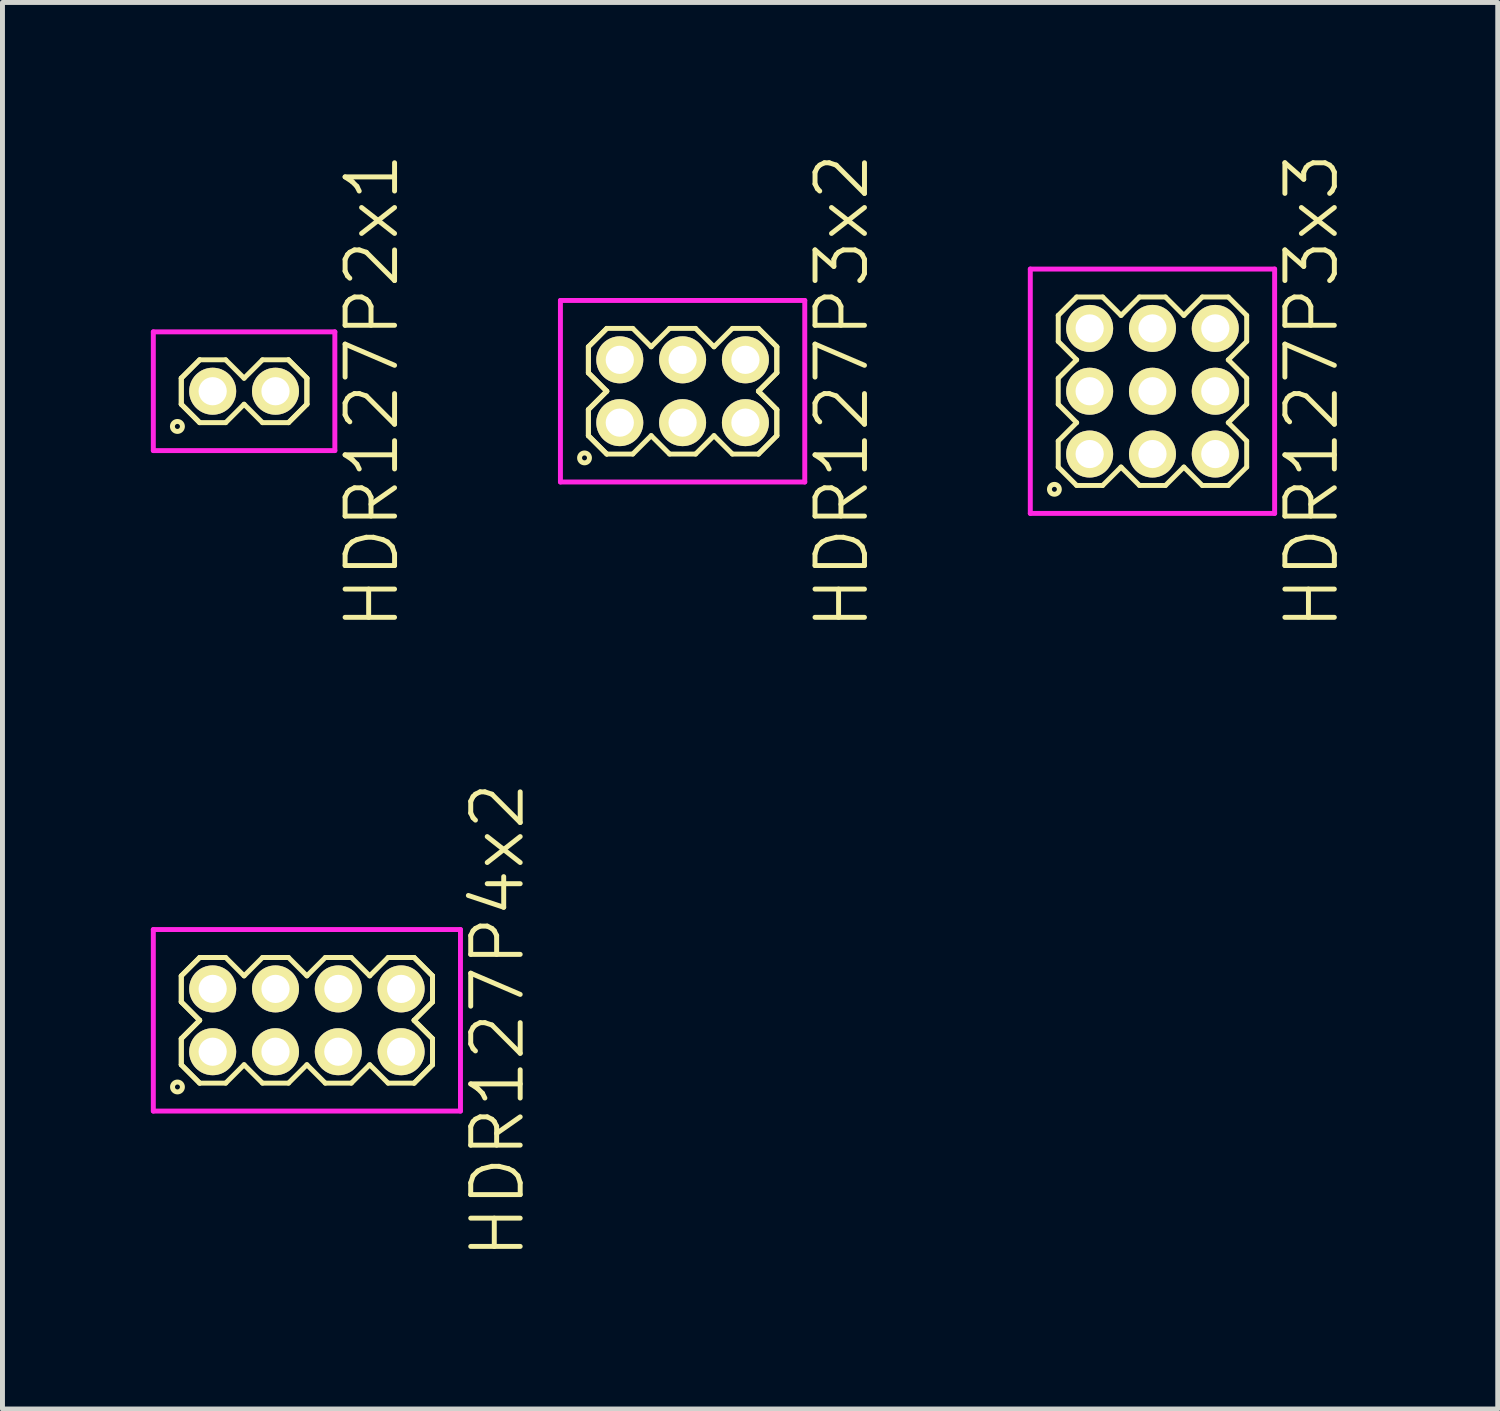
<source format=kicad_pcb>
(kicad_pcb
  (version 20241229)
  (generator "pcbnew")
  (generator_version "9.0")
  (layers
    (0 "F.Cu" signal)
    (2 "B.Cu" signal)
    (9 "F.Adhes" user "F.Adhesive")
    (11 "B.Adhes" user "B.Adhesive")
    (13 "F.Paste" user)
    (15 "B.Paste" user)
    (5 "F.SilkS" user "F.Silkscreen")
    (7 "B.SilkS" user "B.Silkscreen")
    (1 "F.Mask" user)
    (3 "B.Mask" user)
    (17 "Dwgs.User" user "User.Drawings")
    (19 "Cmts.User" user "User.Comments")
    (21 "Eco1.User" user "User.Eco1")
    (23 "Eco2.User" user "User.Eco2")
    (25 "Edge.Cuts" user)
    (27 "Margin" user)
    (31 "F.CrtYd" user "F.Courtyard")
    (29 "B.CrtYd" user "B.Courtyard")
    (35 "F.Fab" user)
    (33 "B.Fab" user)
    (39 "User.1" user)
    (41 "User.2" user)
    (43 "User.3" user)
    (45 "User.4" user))
  (footprint "HDR127P2x1"
    (layer "F.Cu")
    (at 1.885 4.86)
    (property "Reference" "HDR127P2x1" (at 2.585 0 90) (layer "F.SilkS") (effects (font (size 1 1) (thickness 0.1))))
    (attr through_hole)
    (fp_line (start -1.27 -0.263) (end -0.898 -0.635) (stroke (width 0.1) (type solid)) (layer "F.SilkS"))
    (fp_line (start -1.27 -0.263) (end -0.898 -0.635) (stroke (width 0.1) (type solid)) (layer "F.SilkS"))
    (fp_line (start -1.27 0.263) (end -1.27 -0.263) (stroke (width 0.1) (type solid)) (layer "F.SilkS"))
    (fp_line (start -1.27 0.263) (end -1.27 -0.263) (stroke (width 0.1) (type solid)) (layer "F.SilkS"))
    (fp_line (start -0.898 -0.635) (end -0.372 -0.635) (stroke (width 0.1) (type solid)) (layer "F.SilkS"))
    (fp_line (start -0.898 0.635) (end -1.27 0.263) (stroke (width 0.1) (type solid)) (layer "F.SilkS"))
    (fp_line (start -0.898 0.635) (end -1.27 0.263) (stroke (width 0.1) (type solid)) (layer "F.SilkS"))
    (fp_line (start -0.372 -0.635) (end 0 -0.263) (stroke (width 0.1) (type solid)) (layer "F.SilkS"))
    (fp_line (start -0.372 0.635) (end -0.898 0.635) (stroke (width 0.1) (type solid)) (layer "F.SilkS"))
    (fp_line (start 0 -0.263) (end 0.372 -0.635) (stroke (width 0.1) (type solid)) (layer "F.SilkS"))
    (fp_line (start 0 0.263) (end -0.372 0.635) (stroke (width 0.1) (type solid)) (layer "F.SilkS"))
    (fp_line (start 0.372 -0.635) (end 0.898 -0.635) (stroke (width 0.1) (type solid)) (layer "F.SilkS"))
    (fp_line (start 0.372 0.635) (end 0 0.263) (stroke (width 0.1) (type solid)) (layer "F.SilkS"))
    (fp_line (start 0.898 -0.635) (end 1.27 -0.263) (stroke (width 0.1) (type solid)) (layer "F.SilkS"))
    (fp_line (start 0.898 -0.635) (end 1.27 -0.263) (stroke (width 0.1) (type solid)) (layer "F.SilkS"))
    (fp_line (start 0.898 0.635) (end 0.372 0.635) (stroke (width 0.1) (type solid)) (layer "F.SilkS"))
    (fp_line (start 1.27 -0.263) (end 1.27 0.263) (stroke (width 0.1) (type solid)) (layer "F.SilkS"))
    (fp_line (start 1.27 -0.263) (end 1.27 0.263) (stroke (width 0.1) (type solid)) (layer "F.SilkS"))
    (fp_line (start 1.27 0.263) (end 0.898 0.635) (stroke (width 0.1) (type solid)) (layer "F.SilkS"))
    (fp_line (start 1.27 0.263) (end 0.898 0.635) (stroke (width 0.1) (type solid)) (layer "F.SilkS"))
    (fp_circle (center -1.348 0.712) (end -1.247 0.712) (stroke (width 0.1) (type solid)) (fill no) (layer "F.SilkS"))
    (fp_line (start -1.835 -1.2) (end -1.835 1.2) (stroke (width 0.1) (type solid)) (layer "F.CrtYd"))
    (fp_line (start -1.835 1.2) (end 1.835 1.2) (stroke (width 0.1) (type solid)) (layer "F.CrtYd"))
    (fp_line (start 1.835 -1.2) (end -1.835 -1.2) (stroke (width 0.1) (type solid)) (layer "F.CrtYd"))
    (fp_line (start 1.835 1.2) (end 1.835 -1.2) (stroke (width 0.1) (type solid)) (layer "F.CrtYd"))
    (pad "1" thru_hole oval (at -0.635 0) (size 0.95 0.95) (drill 0.57) (layers "*.Cu" "*.Mask" "F.SilkS"))
    (pad "2" thru_hole oval (at 0.635 0) (size 0.95 0.95) (drill 0.57) (layers "*.Cu" "*.Mask" "F.SilkS")))
  (footprint "HDR127P3x2"
    (layer "F.Cu")
    (at 10.751 4.86)
    (property "Reference" "HDR127P3x2" (at 3.22 0 90) (layer "F.SilkS") (effects (font (size 1 1) (thickness 0.1))))
    (attr through_hole)
    (fp_line (start -1.905 -0.898) (end -1.533 -1.27) (stroke (width 0.1) (type solid)) (layer "F.SilkS"))
    (fp_line (start -1.905 -0.898) (end -1.533 -1.27) (stroke (width 0.1) (type solid)) (layer "F.SilkS"))
    (fp_line (start -1.905 -0.372) (end -1.905 -0.898) (stroke (width 0.1) (type solid)) (layer "F.SilkS"))
    (fp_line (start -1.905 -0.372) (end -1.905 -0.898) (stroke (width 0.1) (type solid)) (layer "F.SilkS"))
    (fp_line (start -1.905 0.372) (end -1.533 0) (stroke (width 0.1) (type solid)) (layer "F.SilkS"))
    (fp_line (start -1.905 0.372) (end -1.533 0) (stroke (width 0.1) (type solid)) (layer "F.SilkS"))
    (fp_line (start -1.905 0.898) (end -1.905 0.372) (stroke (width 0.1) (type solid)) (layer "F.SilkS"))
    (fp_line (start -1.905 0.898) (end -1.905 0.372) (stroke (width 0.1) (type solid)) (layer "F.SilkS"))
    (fp_line (start -1.533 -1.27) (end -1.007 -1.27) (stroke (width 0.1) (type solid)) (layer "F.SilkS"))
    (fp_line (start -1.533 0) (end -1.905 -0.372) (stroke (width 0.1) (type solid)) (layer "F.SilkS"))
    (fp_line (start -1.533 0) (end -1.905 -0.372) (stroke (width 0.1) (type solid)) (layer "F.SilkS"))
    (fp_line (start -1.533 1.27) (end -1.905 0.898) (stroke (width 0.1) (type solid)) (layer "F.SilkS"))
    (fp_line (start -1.533 1.27) (end -1.905 0.898) (stroke (width 0.1) (type solid)) (layer "F.SilkS"))
    (fp_line (start -1.007 -1.27) (end -0.635 -0.898) (stroke (width 0.1) (type solid)) (layer "F.SilkS"))
    (fp_line (start -1.007 1.27) (end -1.533 1.27) (stroke (width 0.1) (type solid)) (layer "F.SilkS"))
    (fp_line (start -0.635 -0.898) (end -0.263 -1.27) (stroke (width 0.1) (type solid)) (layer "F.SilkS"))
    (fp_line (start -0.635 0.898) (end -1.007 1.27) (stroke (width 0.1) (type solid)) (layer "F.SilkS"))
    (fp_line (start -0.263 -1.27) (end 0.263 -1.27) (stroke (width 0.1) (type solid)) (layer "F.SilkS"))
    (fp_line (start -0.263 1.27) (end -0.635 0.898) (stroke (width 0.1) (type solid)) (layer "F.SilkS"))
    (fp_line (start 0.263 -1.27) (end 0.635 -0.898) (stroke (width 0.1) (type solid)) (layer "F.SilkS"))
    (fp_line (start 0.263 1.27) (end -0.263 1.27) (stroke (width 0.1) (type solid)) (layer "F.SilkS"))
    (fp_line (start 0.635 -0.898) (end 1.007 -1.27) (stroke (width 0.1) (type solid)) (layer "F.SilkS"))
    (fp_line (start 0.635 0.898) (end 0.263 1.27) (stroke (width 0.1) (type solid)) (layer "F.SilkS"))
    (fp_line (start 1.007 -1.27) (end 1.533 -1.27) (stroke (width 0.1) (type solid)) (layer "F.SilkS"))
    (fp_line (start 1.007 1.27) (end 0.635 0.898) (stroke (width 0.1) (type solid)) (layer "F.SilkS"))
    (fp_line (start 1.533 -1.27) (end 1.905 -0.898) (stroke (width 0.1) (type solid)) (layer "F.SilkS"))
    (fp_line (start 1.533 -1.27) (end 1.905 -0.898) (stroke (width 0.1) (type solid)) (layer "F.SilkS"))
    (fp_line (start 1.533 0) (end 1.905 0.372) (stroke (width 0.1) (type solid)) (layer "F.SilkS"))
    (fp_line (start 1.533 0) (end 1.905 0.372) (stroke (width 0.1) (type solid)) (layer "F.SilkS"))
    (fp_line (start 1.533 1.27) (end 1.007 1.27) (stroke (width 0.1) (type solid)) (layer "F.SilkS"))
    (fp_line (start 1.905 -0.898) (end 1.905 -0.372) (stroke (width 0.1) (type solid)) (layer "F.SilkS"))
    (fp_line (start 1.905 -0.898) (end 1.905 -0.372) (stroke (width 0.1) (type solid)) (layer "F.SilkS"))
    (fp_line (start 1.905 -0.372) (end 1.533 0) (stroke (width 0.1) (type solid)) (layer "F.SilkS"))
    (fp_line (start 1.905 -0.372) (end 1.533 0) (stroke (width 0.1) (type solid)) (layer "F.SilkS"))
    (fp_line (start 1.905 0.372) (end 1.905 0.898) (stroke (width 0.1) (type solid)) (layer "F.SilkS"))
    (fp_line (start 1.905 0.372) (end 1.905 0.898) (stroke (width 0.1) (type solid)) (layer "F.SilkS"))
    (fp_line (start 1.905 0.898) (end 1.533 1.27) (stroke (width 0.1) (type solid)) (layer "F.SilkS"))
    (fp_line (start 1.905 0.898) (end 1.533 1.27) (stroke (width 0.1) (type solid)) (layer "F.SilkS"))
    (fp_circle (center -1.983 1.348) (end -1.883 1.348) (stroke (width 0.1) (type solid)) (fill no) (layer "F.SilkS"))
    (fp_line (start -2.47 -1.835) (end -2.47 1.835) (stroke (width 0.1) (type solid)) (layer "F.CrtYd"))
    (fp_line (start -2.47 1.835) (end 2.47 1.835) (stroke (width 0.1) (type solid)) (layer "F.CrtYd"))
    (fp_line (start 2.47 -1.835) (end -2.47 -1.835) (stroke (width 0.1) (type solid)) (layer "F.CrtYd"))
    (fp_line (start 2.47 1.835) (end 2.47 -1.835) (stroke (width 0.1) (type solid)) (layer "F.CrtYd"))
    (pad "1" thru_hole oval (at -1.27 0.635) (size 0.95 0.95) (drill 0.57) (layers "*.Cu" "*.Mask" "F.SilkS"))
    (pad "2" thru_hole oval (at -1.27 -0.635) (size 0.95 0.95) (drill 0.57) (layers "*.Cu" "*.Mask" "F.SilkS"))
    (pad "3" thru_hole oval (at 0 0.635) (size 0.95 0.95) (drill 0.57) (layers "*.Cu" "*.Mask" "F.SilkS"))
    (pad "4" thru_hole oval (at 0 -0.635) (size 0.95 0.95) (drill 0.57) (layers "*.Cu" "*.Mask" "F.SilkS"))
    (pad "5" thru_hole oval (at 1.27 0.635) (size 0.95 0.95) (drill 0.57) (layers "*.Cu" "*.Mask" "F.SilkS"))
    (pad "6" thru_hole oval (at 1.27 -0.635) (size 0.95 0.95) (drill 0.57) (layers "*.Cu" "*.Mask" "F.SilkS")))
  (footprint "HDR127P3x3"
    (layer "F.Cu")
    (at 20.251 4.86)
    (property "Reference" "HDR127P3x3" (at 3.22 0 90) (layer "F.SilkS") (effects (font (size 1 1) (thickness 0.1))))
    (attr through_hole)
    (fp_line (start -1.905 -1.533) (end -1.533 -1.905) (stroke (width 0.1) (type solid)) (layer "F.SilkS"))
    (fp_line (start -1.905 -1.007) (end -1.905 -1.533) (stroke (width 0.1) (type solid)) (layer "F.SilkS"))
    (fp_line (start -1.905 -0.263) (end -1.533 -0.635) (stroke (width 0.1) (type solid)) (layer "F.SilkS"))
    (fp_line (start -1.905 0.263) (end -1.905 -0.263) (stroke (width 0.1) (type solid)) (layer "F.SilkS"))
    (fp_line (start -1.905 1.007) (end -1.533 0.635) (stroke (width 0.1) (type solid)) (layer "F.SilkS"))
    (fp_line (start -1.905 1.533) (end -1.905 1.007) (stroke (width 0.1) (type solid)) (layer "F.SilkS"))
    (fp_line (start -1.533 -1.905) (end -1.007 -1.905) (stroke (width 0.1) (type solid)) (layer "F.SilkS"))
    (fp_line (start -1.533 -0.635) (end -1.905 -1.007) (stroke (width 0.1) (type solid)) (layer "F.SilkS"))
    (fp_line (start -1.533 0.635) (end -1.905 0.263) (stroke (width 0.1) (type solid)) (layer "F.SilkS"))
    (fp_line (start -1.533 1.905) (end -1.905 1.533) (stroke (width 0.1) (type solid)) (layer "F.SilkS"))
    (fp_line (start -1.007 -1.905) (end -0.635 -1.533) (stroke (width 0.1) (type solid)) (layer "F.SilkS"))
    (fp_line (start -1.007 1.905) (end -1.533 1.905) (stroke (width 0.1) (type solid)) (layer "F.SilkS"))
    (fp_line (start -0.635 -1.533) (end -0.263 -1.905) (stroke (width 0.1) (type solid)) (layer "F.SilkS"))
    (fp_line (start -0.635 1.533) (end -1.007 1.905) (stroke (width 0.1) (type solid)) (layer "F.SilkS"))
    (fp_line (start -0.263 -1.905) (end 0.263 -1.905) (stroke (width 0.1) (type solid)) (layer "F.SilkS"))
    (fp_line (start -0.263 1.905) (end -0.635 1.533) (stroke (width 0.1) (type solid)) (layer "F.SilkS"))
    (fp_line (start 0.263 -1.905) (end 0.635 -1.533) (stroke (width 0.1) (type solid)) (layer "F.SilkS"))
    (fp_line (start 0.263 1.905) (end -0.263 1.905) (stroke (width 0.1) (type solid)) (layer "F.SilkS"))
    (fp_line (start 0.635 -1.533) (end 1.007 -1.905) (stroke (width 0.1) (type solid)) (layer "F.SilkS"))
    (fp_line (start 0.635 1.533) (end 0.263 1.905) (stroke (width 0.1) (type solid)) (layer "F.SilkS"))
    (fp_line (start 1.007 -1.905) (end 1.533 -1.905) (stroke (width 0.1) (type solid)) (layer "F.SilkS"))
    (fp_line (start 1.007 1.905) (end 0.635 1.533) (stroke (width 0.1) (type solid)) (layer "F.SilkS"))
    (fp_line (start 1.533 -1.905) (end 1.905 -1.533) (stroke (width 0.1) (type solid)) (layer "F.SilkS"))
    (fp_line (start 1.533 -0.635) (end 1.905 -0.263) (stroke (width 0.1) (type solid)) (layer "F.SilkS"))
    (fp_line (start 1.533 0.635) (end 1.905 1.007) (stroke (width 0.1) (type solid)) (layer "F.SilkS"))
    (fp_line (start 1.533 1.905) (end 1.007 1.905) (stroke (width 0.1) (type solid)) (layer "F.SilkS"))
    (fp_line (start 1.905 -1.533) (end 1.905 -1.007) (stroke (width 0.1) (type solid)) (layer "F.SilkS"))
    (fp_line (start 1.905 -1.007) (end 1.533 -0.635) (stroke (width 0.1) (type solid)) (layer "F.SilkS"))
    (fp_line (start 1.905 -0.263) (end 1.905 0.263) (stroke (width 0.1) (type solid)) (layer "F.SilkS"))
    (fp_line (start 1.905 0.263) (end 1.533 0.635) (stroke (width 0.1) (type solid)) (layer "F.SilkS"))
    (fp_line (start 1.905 1.007) (end 1.905 1.533) (stroke (width 0.1) (type solid)) (layer "F.SilkS"))
    (fp_line (start 1.905 1.533) (end 1.533 1.905) (stroke (width 0.1) (type solid)) (layer "F.SilkS"))
    (fp_circle (center -1.983 1.983) (end -1.883 1.983) (stroke (width 0.1) (type solid)) (fill no) (layer "F.SilkS"))
    (fp_line (start -2.47 -2.47) (end -2.47 2.47) (stroke (width 0.1) (type solid)) (layer "F.CrtYd"))
    (fp_line (start -2.47 2.47) (end 2.47 2.47) (stroke (width 0.1) (type solid)) (layer "F.CrtYd"))
    (fp_line (start 2.47 -2.47) (end -2.47 -2.47) (stroke (width 0.1) (type solid)) (layer "F.CrtYd"))
    (fp_line (start 2.47 2.47) (end 2.47 -2.47) (stroke (width 0.1) (type solid)) (layer "F.CrtYd"))
    (pad "1" thru_hole oval (at -1.27 1.27) (size 0.95 0.95) (drill 0.57) (layers "*.Cu" "*.Mask" "F.SilkS"))
    (pad "2" thru_hole oval (at -1.27 0) (size 0.95 0.95) (drill 0.57) (layers "*.Cu" "*.Mask" "F.SilkS"))
    (pad "3" thru_hole oval (at -1.27 -1.27) (size 0.95 0.95) (drill 0.57) (layers "*.Cu" "*.Mask" "F.SilkS"))
    (pad "4" thru_hole oval (at 0 1.27) (size 0.95 0.95) (drill 0.57) (layers "*.Cu" "*.Mask" "F.SilkS"))
    (pad "5" thru_hole oval (at 0 0) (size 0.95 0.95) (drill 0.57) (layers "*.Cu" "*.Mask" "F.SilkS"))
    (pad "6" thru_hole oval (at 0 -1.27) (size 0.95 0.95) (drill 0.57) (layers "*.Cu" "*.Mask" "F.SilkS"))
    (pad "7" thru_hole oval (at 1.27 1.27) (size 0.95 0.95) (drill 0.57) (layers "*.Cu" "*.Mask" "F.SilkS"))
    (pad "8" thru_hole oval (at 1.27 0) (size 0.95 0.95) (drill 0.57) (layers "*.Cu" "*.Mask" "F.SilkS"))
    (pad "9" thru_hole oval (at 1.27 -1.27) (size 0.95 0.95) (drill 0.57) (layers "*.Cu" "*.Mask" "F.SilkS")))
  (footprint "HDR127P4x2"
    (layer "F.Cu")
    (at 3.155 17.579)
    (property "Reference" "HDR127P4x2" (at 3.855 0 90) (layer "F.SilkS") (effects (font (size 1 1) (thickness 0.1))))
    (attr through_hole)
    (fp_line (start -2.54 -0.898) (end -2.168 -1.27) (stroke (width 0.1) (type solid)) (layer "F.SilkS"))
    (fp_line (start -2.54 -0.898) (end -2.168 -1.27) (stroke (width 0.1) (type solid)) (layer "F.SilkS"))
    (fp_line (start -2.54 -0.372) (end -2.54 -0.898) (stroke (width 0.1) (type solid)) (layer "F.SilkS"))
    (fp_line (start -2.54 -0.372) (end -2.54 -0.898) (stroke (width 0.1) (type solid)) (layer "F.SilkS"))
    (fp_line (start -2.54 0.372) (end -2.168 0) (stroke (width 0.1) (type solid)) (layer "F.SilkS"))
    (fp_line (start -2.54 0.372) (end -2.168 0) (stroke (width 0.1) (type solid)) (layer "F.SilkS"))
    (fp_line (start -2.54 0.898) (end -2.54 0.372) (stroke (width 0.1) (type solid)) (layer "F.SilkS"))
    (fp_line (start -2.54 0.898) (end -2.54 0.372) (stroke (width 0.1) (type solid)) (layer "F.SilkS"))
    (fp_line (start -2.168 -1.27) (end -1.642 -1.27) (stroke (width 0.1) (type solid)) (layer "F.SilkS"))
    (fp_line (start -2.168 0) (end -2.54 -0.372) (stroke (width 0.1) (type solid)) (layer "F.SilkS"))
    (fp_line (start -2.168 0) (end -2.54 -0.372) (stroke (width 0.1) (type solid)) (layer "F.SilkS"))
    (fp_line (start -2.168 1.27) (end -2.54 0.898) (stroke (width 0.1) (type solid)) (layer "F.SilkS"))
    (fp_line (start -2.168 1.27) (end -2.54 0.898) (stroke (width 0.1) (type solid)) (layer "F.SilkS"))
    (fp_line (start -1.642 -1.27) (end -1.27 -0.898) (stroke (width 0.1) (type solid)) (layer "F.SilkS"))
    (fp_line (start -1.642 1.27) (end -2.168 1.27) (stroke (width 0.1) (type solid)) (layer "F.SilkS"))
    (fp_line (start -1.27 -0.898) (end -0.898 -1.27) (stroke (width 0.1) (type solid)) (layer "F.SilkS"))
    (fp_line (start -1.27 0.898) (end -1.642 1.27) (stroke (width 0.1) (type solid)) (layer "F.SilkS"))
    (fp_line (start -0.898 -1.27) (end -0.372 -1.27) (stroke (width 0.1) (type solid)) (layer "F.SilkS"))
    (fp_line (start -0.898 1.27) (end -1.27 0.898) (stroke (width 0.1) (type solid)) (layer "F.SilkS"))
    (fp_line (start -0.372 -1.27) (end 0 -0.898) (stroke (width 0.1) (type solid)) (layer "F.SilkS"))
    (fp_line (start -0.372 1.27) (end -0.898 1.27) (stroke (width 0.1) (type solid)) (layer "F.SilkS"))
    (fp_line (start 0 -0.898) (end 0.372 -1.27) (stroke (width 0.1) (type solid)) (layer "F.SilkS"))
    (fp_line (start 0 0.898) (end -0.372 1.27) (stroke (width 0.1) (type solid)) (layer "F.SilkS"))
    (fp_line (start 0.372 -1.27) (end 0.898 -1.27) (stroke (width 0.1) (type solid)) (layer "F.SilkS"))
    (fp_line (start 0.372 1.27) (end 0 0.898) (stroke (width 0.1) (type solid)) (layer "F.SilkS"))
    (fp_line (start 0.898 -1.27) (end 1.27 -0.898) (stroke (width 0.1) (type solid)) (layer "F.SilkS"))
    (fp_line (start 0.898 1.27) (end 0.372 1.27) (stroke (width 0.1) (type solid)) (layer "F.SilkS"))
    (fp_line (start 1.27 -0.898) (end 1.642 -1.27) (stroke (width 0.1) (type solid)) (layer "F.SilkS"))
    (fp_line (start 1.27 0.898) (end 0.898 1.27) (stroke (width 0.1) (type solid)) (layer "F.SilkS"))
    (fp_line (start 1.642 -1.27) (end 2.168 -1.27) (stroke (width 0.1) (type solid)) (layer "F.SilkS"))
    (fp_line (start 1.642 1.27) (end 1.27 0.898) (stroke (width 0.1) (type solid)) (layer "F.SilkS"))
    (fp_line (start 2.168 -1.27) (end 2.54 -0.898) (stroke (width 0.1) (type solid)) (layer "F.SilkS"))
    (fp_line (start 2.168 -1.27) (end 2.54 -0.898) (stroke (width 0.1) (type solid)) (layer "F.SilkS"))
    (fp_line (start 2.168 0) (end 2.54 0.372) (stroke (width 0.1) (type solid)) (layer "F.SilkS"))
    (fp_line (start 2.168 0) (end 2.54 0.372) (stroke (width 0.1) (type solid)) (layer "F.SilkS"))
    (fp_line (start 2.168 1.27) (end 1.642 1.27) (stroke (width 0.1) (type solid)) (layer "F.SilkS"))
    (fp_line (start 2.54 -0.898) (end 2.54 -0.372) (stroke (width 0.1) (type solid)) (layer "F.SilkS"))
    (fp_line (start 2.54 -0.898) (end 2.54 -0.372) (stroke (width 0.1) (type solid)) (layer "F.SilkS"))
    (fp_line (start 2.54 -0.372) (end 2.168 0) (stroke (width 0.1) (type solid)) (layer "F.SilkS"))
    (fp_line (start 2.54 -0.372) (end 2.168 0) (stroke (width 0.1) (type solid)) (layer "F.SilkS"))
    (fp_line (start 2.54 0.372) (end 2.54 0.898) (stroke (width 0.1) (type solid)) (layer "F.SilkS"))
    (fp_line (start 2.54 0.372) (end 2.54 0.898) (stroke (width 0.1) (type solid)) (layer "F.SilkS"))
    (fp_line (start 2.54 0.898) (end 2.168 1.27) (stroke (width 0.1) (type solid)) (layer "F.SilkS"))
    (fp_line (start 2.54 0.898) (end 2.168 1.27) (stroke (width 0.1) (type solid)) (layer "F.SilkS"))
    (fp_circle (center -2.617 1.348) (end -2.517 1.348) (stroke (width 0.1) (type solid)) (fill no) (layer "F.SilkS"))
    (fp_line (start -3.105 -1.835) (end -3.105 1.835) (stroke (width 0.1) (type solid)) (layer "F.CrtYd"))
    (fp_line (start -3.105 1.835) (end 3.105 1.835) (stroke (width 0.1) (type solid)) (layer "F.CrtYd"))
    (fp_line (start 3.105 -1.835) (end -3.105 -1.835) (stroke (width 0.1) (type solid)) (layer "F.CrtYd"))
    (fp_line (start 3.105 1.835) (end 3.105 -1.835) (stroke (width 0.1) (type solid)) (layer "F.CrtYd"))
    (pad "1" thru_hole oval (at -1.905 0.635) (size 0.95 0.95) (drill 0.57) (layers "*.Cu" "*.Mask" "F.SilkS"))
    (pad "2" thru_hole oval (at -1.905 -0.635) (size 0.95 0.95) (drill 0.57) (layers "*.Cu" "*.Mask" "F.SilkS"))
    (pad "3" thru_hole oval (at -0.635 0.635) (size 0.95 0.95) (drill 0.57) (layers "*.Cu" "*.Mask" "F.SilkS"))
    (pad "4" thru_hole oval (at -0.635 -0.635) (size 0.95 0.95) (drill 0.57) (layers "*.Cu" "*.Mask" "F.SilkS"))
    (pad "5" thru_hole oval (at 0.635 0.635) (size 0.95 0.95) (drill 0.57) (layers "*.Cu" "*.Mask" "F.SilkS"))
    (pad "6" thru_hole oval (at 0.635 -0.635) (size 0.95 0.95) (drill 0.57) (layers "*.Cu" "*.Mask" "F.SilkS"))
    (pad "7" thru_hole oval (at 1.905 0.635) (size 0.95 0.95) (drill 0.57) (layers "*.Cu" "*.Mask" "F.SilkS"))
    (pad "8" thru_hole oval (at 1.905 -0.635) (size 0.95 0.95) (drill 0.57) (layers "*.Cu" "*.Mask" "F.SilkS")))
  (gr_rect
    (start -3 -3)
    (end 27.232 25.438)
    (stroke (width 0.1) (type default))
    (fill no)
    (layer "Edge.Cuts")))
</source>
